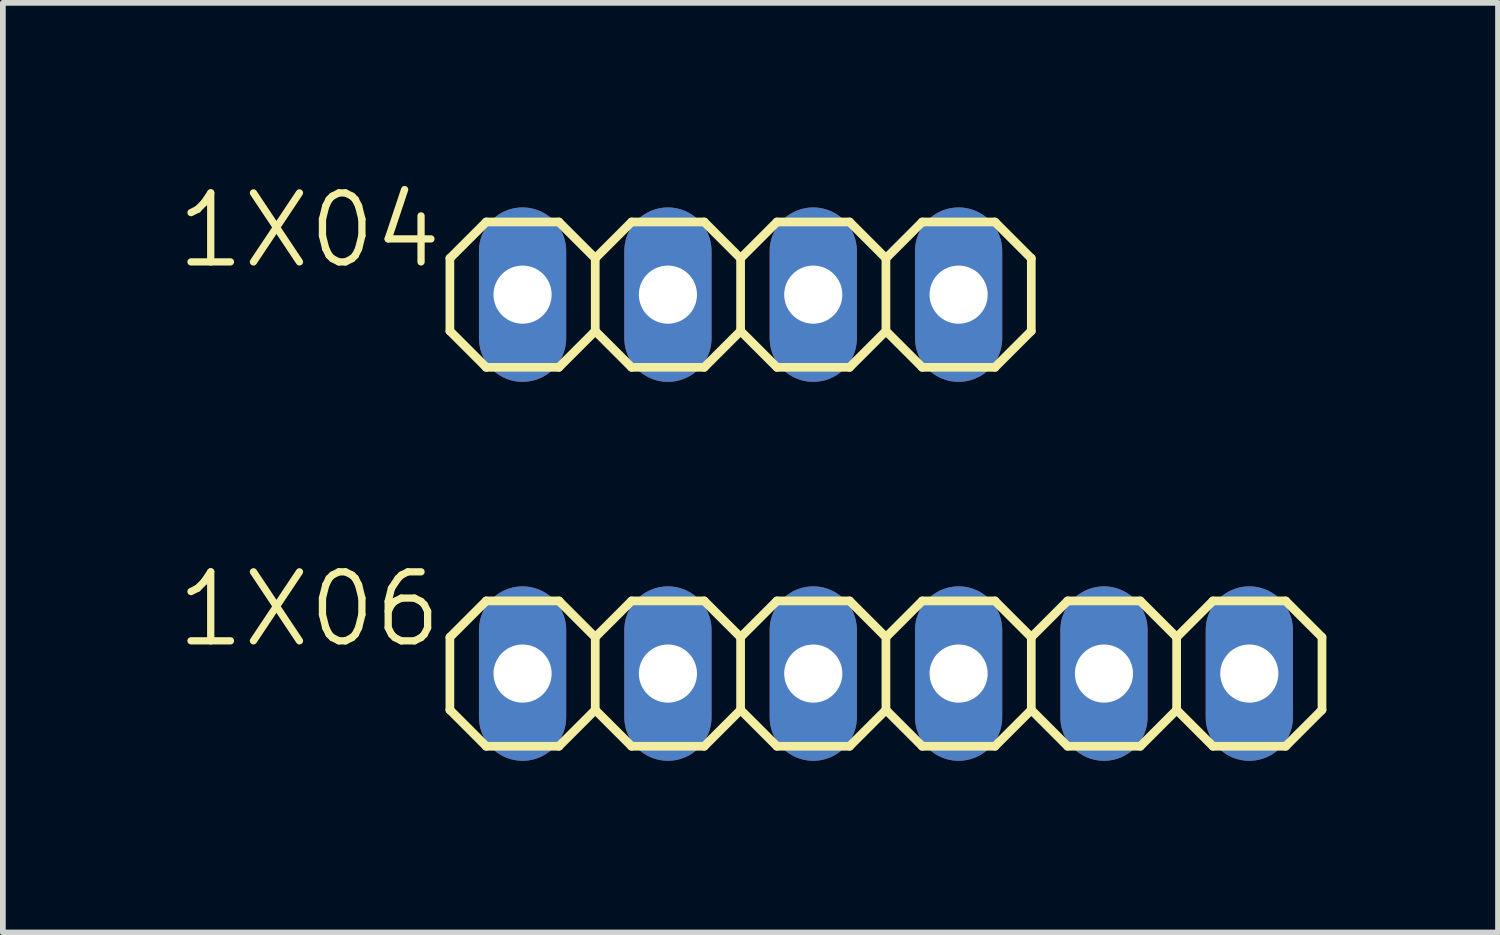
<source format=kicad_pcb>
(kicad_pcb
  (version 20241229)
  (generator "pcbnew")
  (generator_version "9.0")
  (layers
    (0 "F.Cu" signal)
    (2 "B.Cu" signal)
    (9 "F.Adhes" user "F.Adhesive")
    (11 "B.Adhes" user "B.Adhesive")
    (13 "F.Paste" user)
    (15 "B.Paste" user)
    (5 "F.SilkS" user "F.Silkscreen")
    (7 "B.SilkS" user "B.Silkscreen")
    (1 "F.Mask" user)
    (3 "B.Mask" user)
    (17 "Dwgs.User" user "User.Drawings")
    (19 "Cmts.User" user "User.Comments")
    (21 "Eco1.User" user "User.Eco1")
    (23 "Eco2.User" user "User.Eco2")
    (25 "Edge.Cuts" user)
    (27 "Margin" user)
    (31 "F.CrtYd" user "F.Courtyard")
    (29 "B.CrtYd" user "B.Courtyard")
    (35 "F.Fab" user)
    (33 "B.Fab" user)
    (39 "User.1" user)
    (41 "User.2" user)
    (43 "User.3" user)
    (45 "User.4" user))
  (footprint "1X06"
    (layer "F.Cu")
    (at 12.432 8.721)
    (property "Reference" "1X06" (at -7.696 -1.829 0) (layer "F.SilkS") (effects (font (size 1.206 1.206) (thickness 0.127)) (justify right top)))
    (attr through_hole)
    (fp_line (start -7.62 -0.635) (end -7.62 0.635) (stroke (width 0.152) (type solid)) (layer "F.SilkS"))
    (fp_line (start -7.62 0.635) (end -6.985 1.27) (stroke (width 0.152) (type solid)) (layer "F.SilkS"))
    (fp_line (start -6.985 -1.27) (end -7.62 -0.635) (stroke (width 0.152) (type solid)) (layer "F.SilkS"))
    (fp_line (start -6.985 -1.27) (end -5.715 -1.27) (stroke (width 0.152) (type solid)) (layer "F.SilkS"))
    (fp_line (start -5.715 -1.27) (end -5.08 -0.635) (stroke (width 0.152) (type solid)) (layer "F.SilkS"))
    (fp_line (start -5.715 1.27) (end -6.985 1.27) (stroke (width 0.152) (type solid)) (layer "F.SilkS"))
    (fp_line (start -5.08 -0.635) (end -5.08 0.635) (stroke (width 0.152) (type solid)) (layer "F.SilkS"))
    (fp_line (start -5.08 -0.635) (end -4.445 -1.27) (stroke (width 0.152) (type solid)) (layer "F.SilkS"))
    (fp_line (start -5.08 0.635) (end -5.715 1.27) (stroke (width 0.152) (type solid)) (layer "F.SilkS"))
    (fp_line (start -4.445 -1.27) (end -3.175 -1.27) (stroke (width 0.152) (type solid)) (layer "F.SilkS"))
    (fp_line (start -4.445 1.27) (end -5.08 0.635) (stroke (width 0.152) (type solid)) (layer "F.SilkS"))
    (fp_line (start -3.175 -1.27) (end -2.54 -0.635) (stroke (width 0.152) (type solid)) (layer "F.SilkS"))
    (fp_line (start -3.175 1.27) (end -4.445 1.27) (stroke (width 0.152) (type solid)) (layer "F.SilkS"))
    (fp_line (start -2.54 -0.635) (end -2.54 0.635) (stroke (width 0.152) (type solid)) (layer "F.SilkS"))
    (fp_line (start -2.54 -0.635) (end -1.905 -1.27) (stroke (width 0.152) (type solid)) (layer "F.SilkS"))
    (fp_line (start -2.54 0.635) (end -3.175 1.27) (stroke (width 0.152) (type solid)) (layer "F.SilkS"))
    (fp_line (start -1.905 -1.27) (end -0.635 -1.27) (stroke (width 0.152) (type solid)) (layer "F.SilkS"))
    (fp_line (start -1.905 1.27) (end -2.54 0.635) (stroke (width 0.152) (type solid)) (layer "F.SilkS"))
    (fp_line (start -0.635 -1.27) (end 0 -0.635) (stroke (width 0.152) (type solid)) (layer "F.SilkS"))
    (fp_line (start -0.635 1.27) (end -1.905 1.27) (stroke (width 0.152) (type solid)) (layer "F.SilkS"))
    (fp_line (start 0 -0.635) (end 0 0.635) (stroke (width 0.152) (type solid)) (layer "F.SilkS"))
    (fp_line (start 0 0.635) (end -0.635 1.27) (stroke (width 0.152) (type solid)) (layer "F.SilkS"))
    (fp_line (start 0 0.635) (end 0.635 1.27) (stroke (width 0.152) (type solid)) (layer "F.SilkS"))
    (fp_line (start 0.635 -1.27) (end 0 -0.635) (stroke (width 0.152) (type solid)) (layer "F.SilkS"))
    (fp_line (start 0.635 -1.27) (end 1.905 -1.27) (stroke (width 0.152) (type solid)) (layer "F.SilkS"))
    (fp_line (start 1.905 -1.27) (end 2.54 -0.635) (stroke (width 0.152) (type solid)) (layer "F.SilkS"))
    (fp_line (start 1.905 1.27) (end 0.635 1.27) (stroke (width 0.152) (type solid)) (layer "F.SilkS"))
    (fp_line (start 2.54 -0.635) (end 2.54 0.635) (stroke (width 0.152) (type solid)) (layer "F.SilkS"))
    (fp_line (start 2.54 -0.635) (end 3.175 -1.27) (stroke (width 0.152) (type solid)) (layer "F.SilkS"))
    (fp_line (start 2.54 0.635) (end 1.905 1.27) (stroke (width 0.152) (type solid)) (layer "F.SilkS"))
    (fp_line (start 3.175 -1.27) (end 4.445 -1.27) (stroke (width 0.152) (type solid)) (layer "F.SilkS"))
    (fp_line (start 3.175 1.27) (end 2.54 0.635) (stroke (width 0.152) (type solid)) (layer "F.SilkS"))
    (fp_line (start 4.445 -1.27) (end 5.08 -0.635) (stroke (width 0.152) (type solid)) (layer "F.SilkS"))
    (fp_line (start 4.445 1.27) (end 3.175 1.27) (stroke (width 0.152) (type solid)) (layer "F.SilkS"))
    (fp_line (start 5.08 -0.635) (end 5.08 0.635) (stroke (width 0.152) (type solid)) (layer "F.SilkS"))
    (fp_line (start 5.08 0.635) (end 4.445 1.27) (stroke (width 0.152) (type solid)) (layer "F.SilkS"))
    (fp_line (start 5.08 0.635) (end 5.715 1.27) (stroke (width 0.152) (type solid)) (layer "F.SilkS"))
    (fp_line (start 5.715 -1.27) (end 5.08 -0.635) (stroke (width 0.152) (type solid)) (layer "F.SilkS"))
    (fp_line (start 5.715 -1.27) (end 6.985 -1.27) (stroke (width 0.152) (type solid)) (layer "F.SilkS"))
    (fp_line (start 6.985 -1.27) (end 7.62 -0.635) (stroke (width 0.152) (type solid)) (layer "F.SilkS"))
    (fp_line (start 6.985 1.27) (end 5.715 1.27) (stroke (width 0.152) (type solid)) (layer "F.SilkS"))
    (fp_line (start 7.62 -0.635) (end 7.62 0.635) (stroke (width 0.152) (type solid)) (layer "F.SilkS"))
    (fp_line (start 7.62 0.635) (end 6.985 1.27) (stroke (width 0.152) (type solid)) (layer "F.SilkS"))
    (fp_poly (pts (xy -6.604 0.254) (xy -6.096 0.254) (xy -6.096 -0.254) (xy -6.604 -0.254)) (stroke (width 0.1) (type solid)) (fill no) (layer "F.Fab"))
    (fp_poly (pts (xy -4.064 0.254) (xy -3.556 0.254) (xy -3.556 -0.254) (xy -4.064 -0.254)) (stroke (width 0.1) (type solid)) (fill no) (layer "F.Fab"))
    (fp_poly (pts (xy -1.524 0.254) (xy -1.016 0.254) (xy -1.016 -0.254) (xy -1.524 -0.254)) (stroke (width 0.1) (type solid)) (fill no) (layer "F.Fab"))
    (fp_poly (pts (xy 1.016 0.254) (xy 1.524 0.254) (xy 1.524 -0.254) (xy 1.016 -0.254)) (stroke (width 0.1) (type solid)) (fill no) (layer "F.Fab"))
    (fp_poly (pts (xy 3.556 0.254) (xy 4.064 0.254) (xy 4.064 -0.254) (xy 3.556 -0.254)) (stroke (width 0.1) (type solid)) (fill no) (layer "F.Fab"))
    (fp_poly (pts (xy 6.096 0.254) (xy 6.604 0.254) (xy 6.604 -0.254) (xy 6.096 -0.254)) (stroke (width 0.1) (type solid)) (fill no) (layer "F.Fab"))
    (pad "1" thru_hole oval (at -6.35 0 90) (size 3.048 1.524) (drill 1.016) (layers "*.Cu" "*.Mask"))
    (pad "2" thru_hole oval (at -3.81 0 90) (size 3.048 1.524) (drill 1.016) (layers "*.Cu" "*.Mask"))
    (pad "3" thru_hole oval (at -1.27 0 90) (size 3.048 1.524) (drill 1.016) (layers "*.Cu" "*.Mask"))
    (pad "4" thru_hole oval (at 1.27 0 90) (size 3.048 1.524) (drill 1.016) (layers "*.Cu" "*.Mask"))
    (pad "5" thru_hole oval (at 3.81 0 90) (size 3.048 1.524) (drill 1.016) (layers "*.Cu" "*.Mask"))
    (pad "6" thru_hole oval (at 6.35 0 90) (size 3.048 1.524) (drill 1.016) (layers "*.Cu" "*.Mask")))
  (footprint "1X04"
    (layer "F.Cu")
    (at 9.892 2.099)
    (property "Reference" "1X04" (at -5.156 -1.829 0) (layer "F.SilkS") (effects (font (size 1.206 1.206) (thickness 0.127)) (justify right top)))
    (attr through_hole)
    (fp_line (start -5.08 -0.635) (end -5.08 0.635) (stroke (width 0.152) (type solid)) (layer "F.SilkS"))
    (fp_line (start -5.08 0.635) (end -4.445 1.27) (stroke (width 0.152) (type solid)) (layer "F.SilkS"))
    (fp_line (start -4.445 -1.27) (end -5.08 -0.635) (stroke (width 0.152) (type solid)) (layer "F.SilkS"))
    (fp_line (start -4.445 -1.27) (end -3.175 -1.27) (stroke (width 0.152) (type solid)) (layer "F.SilkS"))
    (fp_line (start -3.175 -1.27) (end -2.54 -0.635) (stroke (width 0.152) (type solid)) (layer "F.SilkS"))
    (fp_line (start -3.175 1.27) (end -4.445 1.27) (stroke (width 0.152) (type solid)) (layer "F.SilkS"))
    (fp_line (start -2.54 -0.635) (end -2.54 0.635) (stroke (width 0.152) (type solid)) (layer "F.SilkS"))
    (fp_line (start -2.54 -0.635) (end -1.905 -1.27) (stroke (width 0.152) (type solid)) (layer "F.SilkS"))
    (fp_line (start -2.54 0.635) (end -3.175 1.27) (stroke (width 0.152) (type solid)) (layer "F.SilkS"))
    (fp_line (start -1.905 -1.27) (end -0.635 -1.27) (stroke (width 0.152) (type solid)) (layer "F.SilkS"))
    (fp_line (start -1.905 1.27) (end -2.54 0.635) (stroke (width 0.152) (type solid)) (layer "F.SilkS"))
    (fp_line (start -0.635 -1.27) (end 0 -0.635) (stroke (width 0.152) (type solid)) (layer "F.SilkS"))
    (fp_line (start -0.635 1.27) (end -1.905 1.27) (stroke (width 0.152) (type solid)) (layer "F.SilkS"))
    (fp_line (start 0 -0.635) (end 0 0.635) (stroke (width 0.152) (type solid)) (layer "F.SilkS"))
    (fp_line (start 0 -0.635) (end 0.635 -1.27) (stroke (width 0.152) (type solid)) (layer "F.SilkS"))
    (fp_line (start 0 0.635) (end -0.635 1.27) (stroke (width 0.152) (type solid)) (layer "F.SilkS"))
    (fp_line (start 0.635 -1.27) (end 1.905 -1.27) (stroke (width 0.152) (type solid)) (layer "F.SilkS"))
    (fp_line (start 0.635 1.27) (end 0 0.635) (stroke (width 0.152) (type solid)) (layer "F.SilkS"))
    (fp_line (start 1.905 -1.27) (end 2.54 -0.635) (stroke (width 0.152) (type solid)) (layer "F.SilkS"))
    (fp_line (start 1.905 1.27) (end 0.635 1.27) (stroke (width 0.152) (type solid)) (layer "F.SilkS"))
    (fp_line (start 2.54 -0.635) (end 2.54 0.635) (stroke (width 0.152) (type solid)) (layer "F.SilkS"))
    (fp_line (start 2.54 0.635) (end 1.905 1.27) (stroke (width 0.152) (type solid)) (layer "F.SilkS"))
    (fp_line (start 2.54 0.635) (end 3.175 1.27) (stroke (width 0.152) (type solid)) (layer "F.SilkS"))
    (fp_line (start 3.175 -1.27) (end 2.54 -0.635) (stroke (width 0.152) (type solid)) (layer "F.SilkS"))
    (fp_line (start 3.175 -1.27) (end 4.445 -1.27) (stroke (width 0.152) (type solid)) (layer "F.SilkS"))
    (fp_line (start 4.445 -1.27) (end 5.08 -0.635) (stroke (width 0.152) (type solid)) (layer "F.SilkS"))
    (fp_line (start 4.445 1.27) (end 3.175 1.27) (stroke (width 0.152) (type solid)) (layer "F.SilkS"))
    (fp_line (start 5.08 -0.635) (end 5.08 0.635) (stroke (width 0.152) (type solid)) (layer "F.SilkS"))
    (fp_line (start 5.08 0.635) (end 4.445 1.27) (stroke (width 0.152) (type solid)) (layer "F.SilkS"))
    (fp_poly (pts (xy -4.064 0.254) (xy -3.556 0.254) (xy -3.556 -0.254) (xy -4.064 -0.254)) (stroke (width 0.1) (type solid)) (fill no) (layer "F.Fab"))
    (fp_poly (pts (xy -1.524 0.254) (xy -1.016 0.254) (xy -1.016 -0.254) (xy -1.524 -0.254)) (stroke (width 0.1) (type solid)) (fill no) (layer "F.Fab"))
    (fp_poly (pts (xy 1.016 0.254) (xy 1.524 0.254) (xy 1.524 -0.254) (xy 1.016 -0.254)) (stroke (width 0.1) (type solid)) (fill no) (layer "F.Fab"))
    (fp_poly (pts (xy 3.556 0.254) (xy 4.064 0.254) (xy 4.064 -0.254) (xy 3.556 -0.254)) (stroke (width 0.1) (type solid)) (fill no) (layer "F.Fab"))
    (pad "1" thru_hole oval (at -3.81 0 90) (size 3.048 1.524) (drill 1.016) (layers "*.Cu" "*.Mask"))
    (pad "2" thru_hole oval (at -1.27 0 90) (size 3.048 1.524) (drill 1.016) (layers "*.Cu" "*.Mask"))
    (pad "3" thru_hole oval (at 1.27 0 90) (size 3.048 1.524) (drill 1.016) (layers "*.Cu" "*.Mask"))
    (pad "4" thru_hole oval (at 3.81 0 90) (size 3.048 1.524) (drill 1.016) (layers "*.Cu" "*.Mask")))
  (gr_rect
    (start -3 -3)
    (end 23.128 13.245)
    (stroke (width 0.1) (type default))
    (fill no)
    (layer "Edge.Cuts")))
</source>
